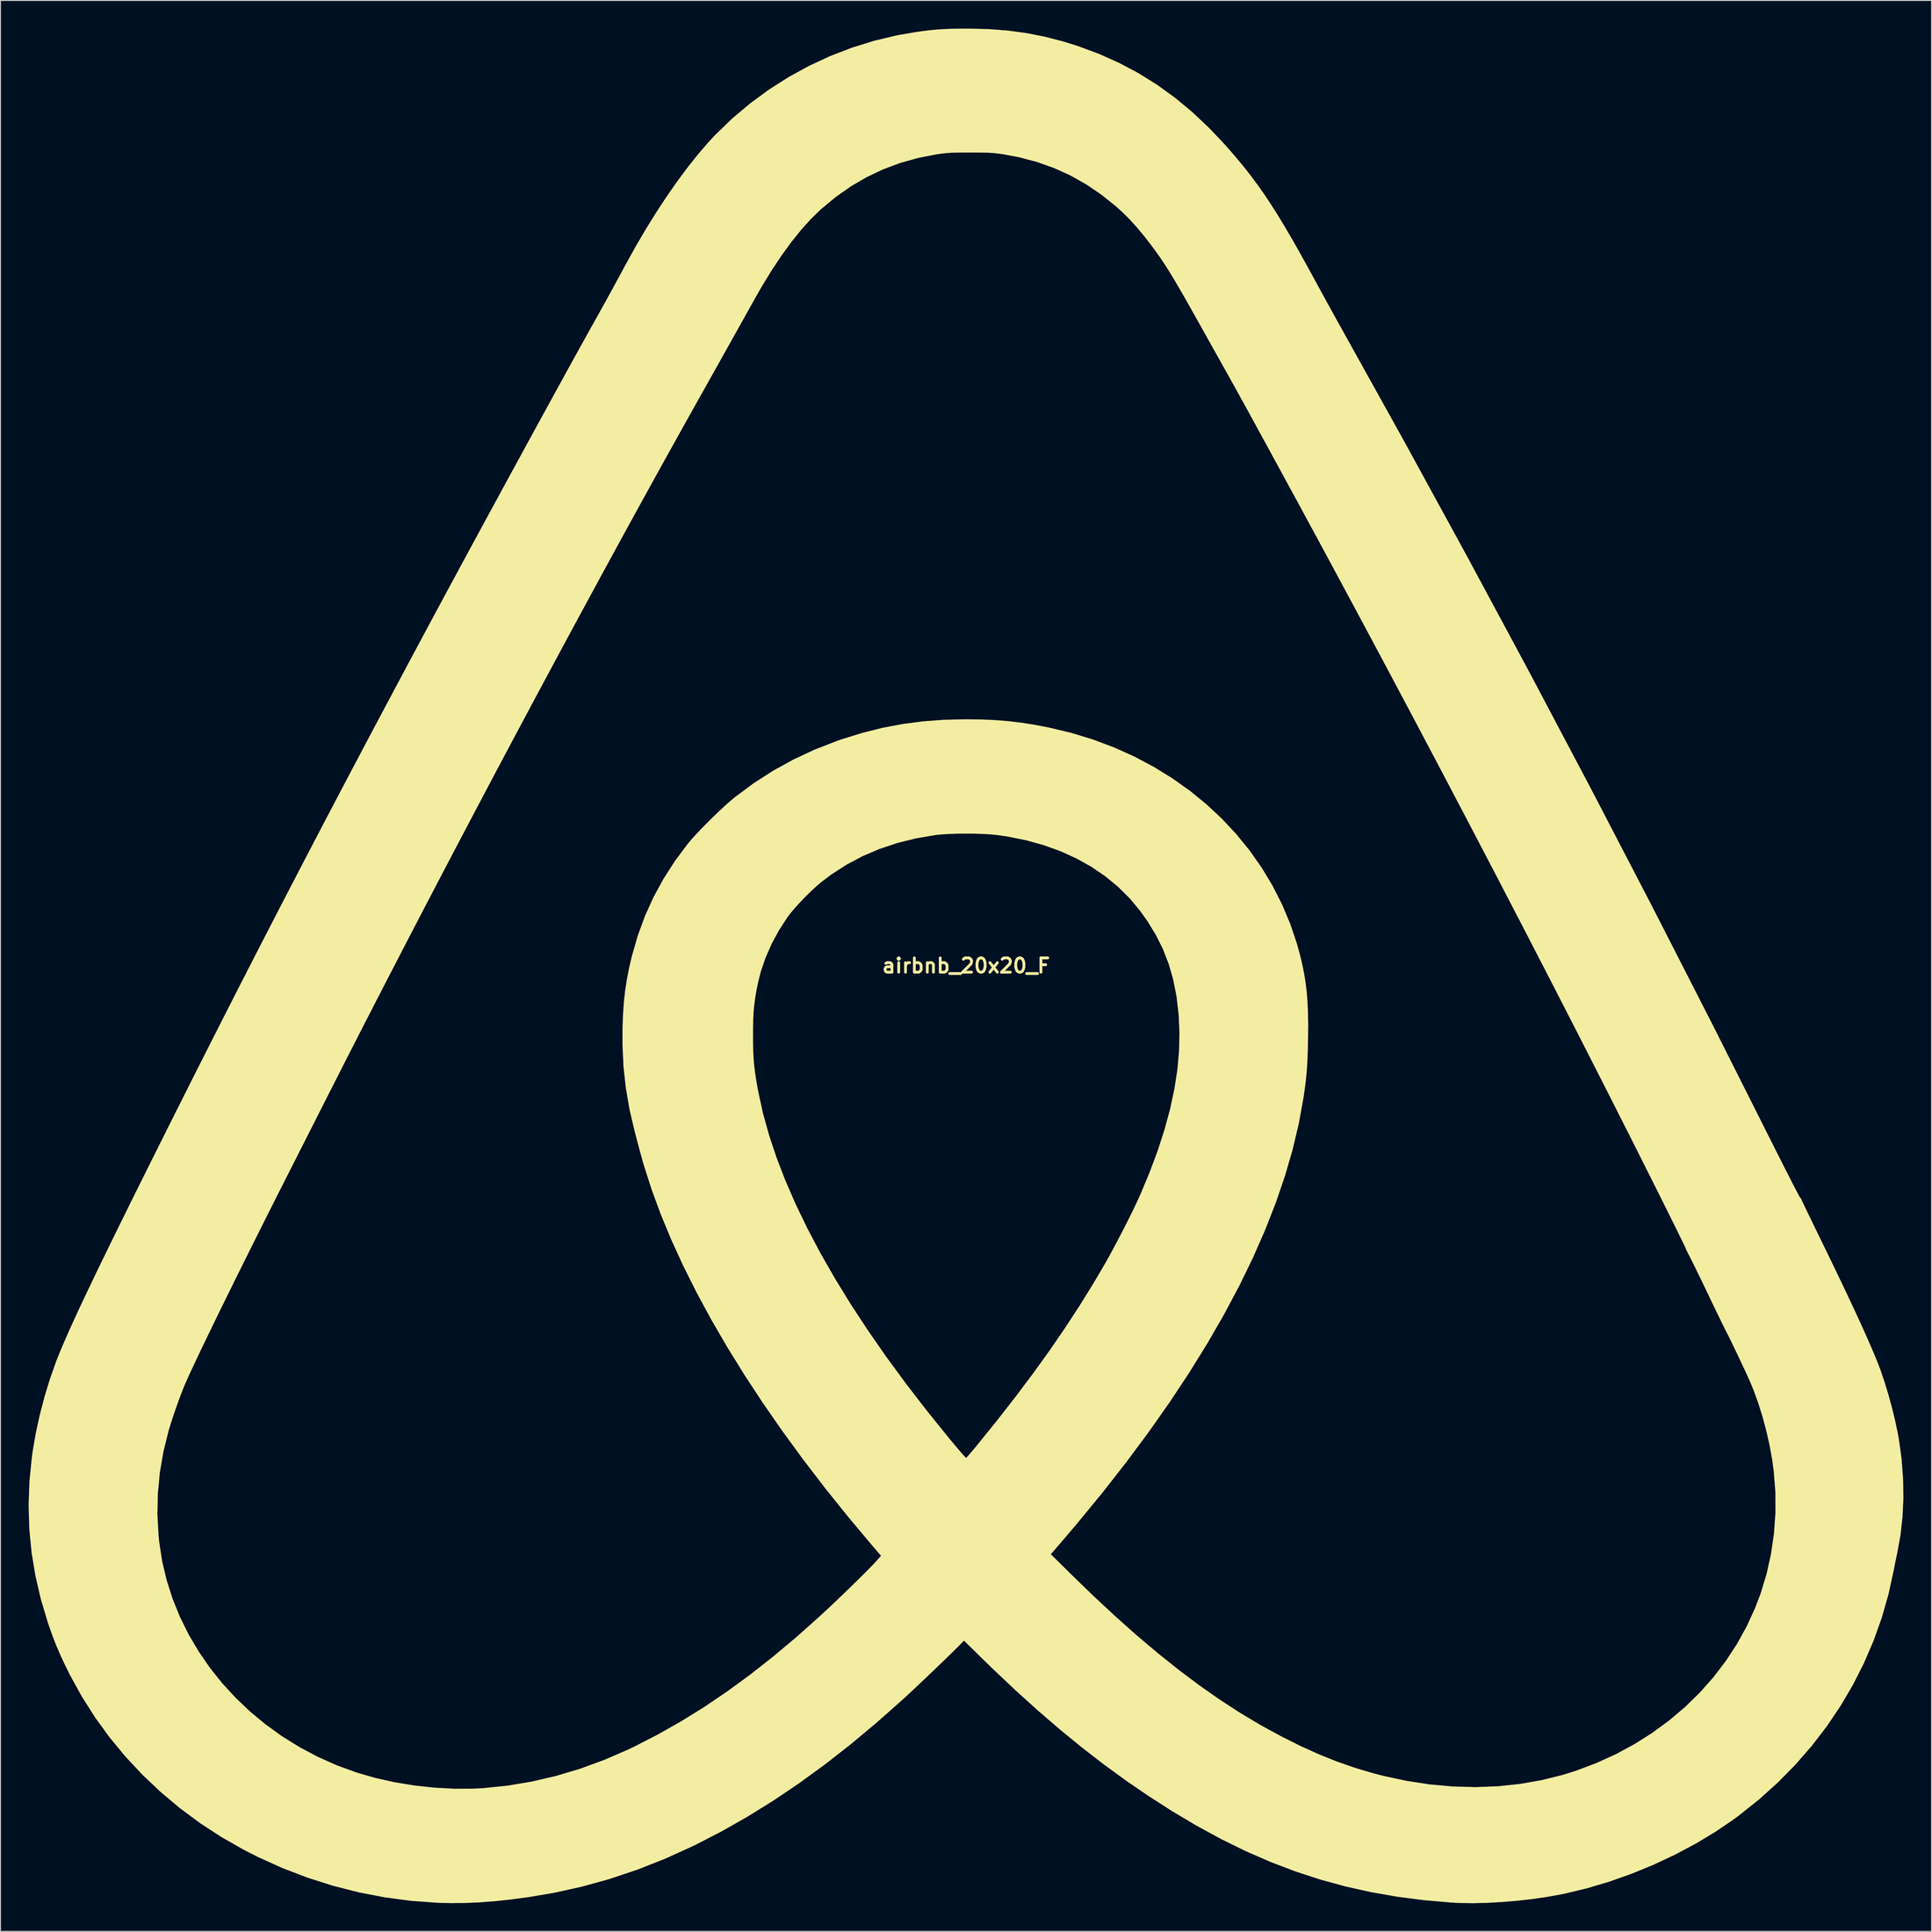
<source format=kicad_pcb>
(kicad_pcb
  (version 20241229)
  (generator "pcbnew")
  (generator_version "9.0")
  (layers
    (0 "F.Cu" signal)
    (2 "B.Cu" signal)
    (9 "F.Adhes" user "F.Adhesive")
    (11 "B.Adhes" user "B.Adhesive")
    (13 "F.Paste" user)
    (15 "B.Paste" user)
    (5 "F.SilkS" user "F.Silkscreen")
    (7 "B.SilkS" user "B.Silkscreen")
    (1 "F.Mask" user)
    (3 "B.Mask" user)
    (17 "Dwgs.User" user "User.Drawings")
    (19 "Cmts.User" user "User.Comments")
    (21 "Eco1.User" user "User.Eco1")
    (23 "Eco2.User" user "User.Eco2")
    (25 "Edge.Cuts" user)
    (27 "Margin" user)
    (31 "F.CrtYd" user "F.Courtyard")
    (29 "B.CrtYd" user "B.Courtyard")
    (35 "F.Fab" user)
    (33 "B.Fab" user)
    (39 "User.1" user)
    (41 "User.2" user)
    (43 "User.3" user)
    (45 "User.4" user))
  (footprint "airbnb_20x20_F"
    (layer "F.Cu")
    (at 99.981 99.943)
    (property "Reference" "airbnb_20x20_F" (at 0 0 0) (layer "F.SilkS") (effects (font (size 1.524 1.524) (thickness 0.3))))
    (attr through_hole)
    (fp_poly (pts (xy 0.212 -99.938) (xy 2.376 -99.887) (xy 4.438 -99.729) (xy 6.431 -99.461) (xy 8.389 -99.076) (xy 10.345 -98.57) (xy 11.905 -98.082) (xy 14.153 -97.25) (xy 16.303 -96.289) (xy 18.365 -95.196) (xy 20.345 -93.964) (xy 22.251 -92.588) (xy 24.092 -91.063) (xy 25.876 -89.384) (xy 27.297 -87.893) (xy 28.131 -86.961) (xy 28.916 -86.049) (xy 29.662 -85.143) (xy 30.38 -84.227) (xy 31.079 -83.286) (xy 31.769 -82.305) (xy 32.461 -81.27) (xy 33.165 -80.165) (xy 33.891 -78.976) (xy 34.649 -77.686) (xy 35.449 -76.282) (xy 36.301 -74.749) (xy 36.896 -73.66) (xy 37.319 -72.884) (xy 37.756 -72.083) (xy 38.193 -71.285) (xy 38.615 -70.517) (xy 39.006 -69.807) (xy 39.351 -69.182) (xy 39.636 -68.67) (xy 39.71 -68.538) (xy 46.602 -56.14) (xy 53.382 -43.742) (xy 60.065 -31.314) (xy 66.665 -18.828) (xy 73.2 -6.254) (xy 79.682 6.435) (xy 84.69 16.387) (xy 85.243 17.491) (xy 85.777 18.555) (xy 86.286 19.566) (xy 86.766 20.517) (xy 87.211 21.395) (xy 87.616 22.193) (xy 87.977 22.899) (xy 88.287 23.504) (xy 88.543 23.998) (xy 88.74 24.371) (xy 88.871 24.613) (xy 88.932 24.714) (xy 88.934 24.715) (xy 89.045 24.837) (xy 89.069 24.897) (xy 89.106 24.984) (xy 89.21 25.209) (xy 89.375 25.558) (xy 89.594 26.016) (xy 89.861 26.571) (xy 90.169 27.208) (xy 90.511 27.912) (xy 90.88 28.67) (xy 91.111 29.141) (xy 92.112 31.199) (xy 93.033 33.109) (xy 93.874 34.872) (xy 94.634 36.489) (xy 95.314 37.961) (xy 95.915 39.288) (xy 96.437 40.472) (xy 96.881 41.512) (xy 97.246 42.41) (xy 97.533 43.167) (xy 97.545 43.201) (xy 97.959 44.426) (xy 98.36 45.745) (xy 98.733 47.106) (xy 99.063 48.457) (xy 99.338 49.744) (xy 99.478 50.505) (xy 99.765 52.592) (xy 99.925 54.683) (xy 99.959 56.757) (xy 99.865 58.787) (xy 99.646 60.752) (xy 99.304 62.611) (xy 99.219 63.007) (xy 99.117 63.503) (xy 99.013 64.032) (xy 98.929 64.474) (xy 98.368 67.036) (xy 97.648 69.546) (xy 96.772 71.999) (xy 95.744 74.389) (xy 94.566 76.711) (xy 93.244 78.959) (xy 91.779 81.128) (xy 90.175 83.214) (xy 88.437 85.209) (xy 86.566 87.11) (xy 84.568 88.91) (xy 82.444 90.604) (xy 81.855 91.04) (xy 79.895 92.374) (xy 77.803 93.632) (xy 75.605 94.8) (xy 73.325 95.87) (xy 70.987 96.831) (xy 68.616 97.672) (xy 66.236 98.382) (xy 63.872 98.95) (xy 63.373 99.052) (xy 61.895 99.315) (xy 60.343 99.538) (xy 58.751 99.718) (xy 57.154 99.852) (xy 55.588 99.939) (xy 54.087 99.975) (xy 52.686 99.957) (xy 51.816 99.914) (xy 48.865 99.658) (xy 45.999 99.288) (xy 43.205 98.801) (xy 40.469 98.191) (xy 37.781 97.456) (xy 35.128 96.589) (xy 32.496 95.587) (xy 29.874 94.446) (xy 27.25 93.16) (xy 24.61 91.727) (xy 21.943 90.14) (xy 19.358 88.478) (xy 17.009 86.865) (xy 14.677 85.164) (xy 12.35 83.364) (xy 10.016 81.456) (xy 7.661 79.428) (xy 5.273 77.269) (xy 2.839 74.971) (xy 1.519 73.685) (xy -0.222 71.971) (xy -0.725 72.486) (xy -1.031 72.794) (xy -1.442 73.199) (xy -1.937 73.681) (xy -2.497 74.223) (xy -3.103 74.806) (xy -3.734 75.41) (xy -4.371 76.016) (xy -4.995 76.607) (xy -5.585 77.164) (xy -6.123 77.667) (xy -6.588 78.097) (xy -6.794 78.286) (xy -9.576 80.749) (xy -12.335 83.051) (xy -15.079 85.195) (xy -17.814 87.187) (xy -20.547 89.03) (xy -23.286 90.731) (xy -26.036 92.294) (xy -28.804 93.724) (xy -29.168 93.901) (xy -32.091 95.229) (xy -35.031 96.389) (xy -37.989 97.383) (xy -40.97 98.211) (xy -43.978 98.876) (xy -46.546 99.31) (xy -48.434 99.565) (xy -50.194 99.756) (xy -51.854 99.886) (xy -53.44 99.956) (xy -54.981 99.969) (xy -56.346 99.933) (xy -59.177 99.727) (xy -61.988 99.355) (xy -64.772 98.817) (xy -67.524 98.116) (xy -70.236 97.253) (xy -72.903 96.23) (xy -75.517 95.049) (xy -77.06 94.263) (xy -79.419 92.919) (xy -81.681 91.444) (xy -83.839 89.844) (xy -85.888 88.126) (xy -87.822 86.295) (xy -89.635 84.357) (xy -91.32 82.319) (xy -92.873 80.185) (xy -94.286 77.963) (xy -95.555 75.659) (xy -95.581 75.607) (xy -96.133 74.493) (xy -96.609 73.467) (xy -97.032 72.48) (xy -97.422 71.479) (xy -97.8 70.416) (xy -97.92 70.062) (xy -98.667 67.572) (xy -99.246 65.082) (xy -99.657 62.585) (xy -99.9 60.076) (xy -99.947 58.524) (xy -86.247 58.524) (xy -86.125 60.786) (xy -86.055 61.468) (xy -85.737 63.527) (xy -85.259 65.548) (xy -84.626 67.525) (xy -83.844 69.451) (xy -82.92 71.319) (xy -81.859 73.121) (xy -80.667 74.852) (xy -79.35 76.504) (xy -77.914 78.069) (xy -76.365 79.542) (xy -74.709 80.915) (xy -72.952 82.182) (xy -71.1 83.334) (xy -69.158 84.366) (xy -67.134 85.27) (xy -65.032 86.04) (xy -64.982 86.056) (xy -63.029 86.62) (xy -60.978 87.079) (xy -58.865 87.427) (xy -56.726 87.661) (xy -54.599 87.776) (xy -52.521 87.766) (xy -51.477 87.712) (xy -48.89 87.446) (xy -46.305 87.013) (xy -43.729 86.412) (xy -41.166 85.646) (xy -38.62 84.716) (xy -36.097 83.623) (xy -35.385 83.283) (xy -32.887 82.002) (xy -30.415 80.603) (xy -27.96 79.081) (xy -25.512 77.428) (xy -23.062 75.638) (xy -20.6 73.705) (xy -18.116 71.621) (xy -15.602 69.38) (xy -15.448 69.238) (xy -14.868 68.701) (xy -14.245 68.115) (xy -13.596 67.498) (xy -12.937 66.866) (xy -12.288 66.237) (xy -11.664 65.627) (xy -11.085 65.054) (xy -10.566 64.535) (xy -10.126 64.087) (xy -9.781 63.727) (xy -9.627 63.558) (xy -9.065 62.93) (xy -9.964 61.882) (xy -12.548 58.803) (xy -15.013 55.733) (xy -17.357 52.677) (xy -19.577 49.639) (xy -21.671 46.622) (xy -23.635 43.633) (xy -25.467 40.674) (xy -27.165 37.752) (xy -28.726 34.869) (xy -30.147 32.031) (xy -31.426 29.242) (xy -32.559 26.507) (xy -33.545 23.829) (xy -34.381 21.215) (xy -34.784 19.77) (xy -34.906 19.309) (xy -35.053 18.756) (xy -35.204 18.183) (xy -35.333 17.695) (xy -35.879 15.377) (xy -36.275 13.088) (xy -36.528 10.793) (xy -36.64 8.455) (xy -36.638 7.366) (xy -22.73 7.366) (xy -22.724 8.33) (xy -22.703 9.169) (xy -22.663 9.93) (xy -22.6 10.658) (xy -22.51 11.396) (xy -22.389 12.192) (xy -22.232 13.089) (xy -22.173 13.408) (xy -21.678 15.684) (xy -21.03 18.026) (xy -20.23 20.432) (xy -19.28 22.9) (xy -18.181 25.426) (xy -16.935 28.009) (xy -15.542 30.645) (xy -14.005 33.332) (xy -12.325 36.067) (xy -10.504 38.848) (xy -8.542 41.672) (xy -6.441 44.536) (xy -4.203 47.439) (xy -1.83 50.377) (xy -1.461 50.821) (xy -1.083 51.273) (xy -0.738 51.679) (xy -0.443 52.021) (xy -0.212 52.282) (xy -0.06 52.445) (xy -0.003 52.493) (xy 0.068 52.431) (xy 0.229 52.256) (xy 0.463 51.989) (xy 0.752 51.649) (xy 1.08 51.256) (xy 1.159 51.16) (xy 3.284 48.53) (xy 5.275 45.979) (xy 7.143 43.492) (xy 8.895 41.056) (xy 10.542 38.658) (xy 12.093 36.286) (xy 13.557 33.924) (xy 14.835 31.752) (xy 15.227 31.053) (xy 15.661 30.258) (xy 16.119 29.396) (xy 16.587 28.499) (xy 17.05 27.595) (xy 17.492 26.714) (xy 17.899 25.886) (xy 18.254 25.141) (xy 18.543 24.509) (xy 18.58 24.426) (xy 19.586 22.015) (xy 20.451 19.691) (xy 21.177 17.445) (xy 21.765 15.273) (xy 22.217 13.166) (xy 22.532 11.119) (xy 22.714 9.125) (xy 22.762 7.177) (xy 22.678 5.269) (xy 22.463 3.394) (xy 22.429 3.175) (xy 22.088 1.456) (xy 21.621 -0.17) (xy 21.019 -1.726) (xy 20.273 -3.233) (xy 19.374 -4.711) (xy 18.559 -5.86) (xy 17.448 -7.197) (xy 16.208 -8.426) (xy 14.847 -9.545) (xy 13.368 -10.551) (xy 11.778 -11.441) (xy 10.081 -12.213) (xy 8.284 -12.862) (xy 6.391 -13.387) (xy 4.409 -13.784) (xy 3.344 -13.939) (xy 2.675 -14.006) (xy 1.884 -14.054) (xy 1.012 -14.084) (xy 0.098 -14.095) (xy -0.816 -14.088) (xy -1.691 -14.062) (xy -2.485 -14.017) (xy -3.158 -13.954) (xy -3.26 -13.941) (xy -5.34 -13.588) (xy -7.334 -13.093) (xy -9.24 -12.457) (xy -11.055 -11.681) (xy -12.775 -10.767) (xy -14.4 -9.714) (xy -15.452 -8.917) (xy -15.961 -8.483) (xy -16.52 -7.966) (xy -17.1 -7.397) (xy -17.67 -6.807) (xy -18.2 -6.227) (xy -18.661 -5.689) (xy -19.023 -5.222) (xy -19.05 -5.184) (xy -19.958 -3.782) (xy -20.744 -2.327) (xy -21.395 -0.844) (xy -21.901 0.641) (xy -22.171 1.708) (xy -22.346 2.567) (xy -22.483 3.345) (xy -22.585 4.086) (xy -22.656 4.831) (xy -22.701 5.623) (xy -22.724 6.505) (xy -22.73 7.366) (xy -36.638 7.366) (xy -36.636 6.705) (xy -36.586 5.261) (xy -36.496 3.939) (xy -36.361 2.692) (xy -36.176 1.475) (xy -35.935 0.244) (xy -35.639 -1.018) (xy -35.01 -3.203) (xy -34.242 -5.3) (xy -33.328 -7.32) (xy -32.264 -9.272) (xy -31.045 -11.168) (xy -29.685 -12.991) (xy -29.301 -13.448) (xy -28.813 -13.988) (xy -28.246 -14.587) (xy -27.628 -15.218) (xy -26.983 -15.856) (xy -26.337 -16.476) (xy -25.716 -17.053) (xy -25.146 -17.56) (xy -24.652 -17.973) (xy -24.638 -17.984) (xy -22.645 -19.464) (xy -20.563 -20.801) (xy -18.389 -21.998) (xy -16.12 -23.056) (xy -13.753 -23.976) (xy -13.17 -24.177) (xy -11.025 -24.838) (xy -8.906 -25.368) (xy -6.781 -25.772) (xy -4.618 -26.055) (xy -2.388 -26.223) (xy -0.057 -26.279) (xy 0.042 -26.279) (xy 1.623 -26.258) (xy 3.088 -26.194) (xy 4.486 -26.082) (xy 5.867 -25.918) (xy 7.279 -25.695) (xy 8.772 -25.411) (xy 8.848 -25.395) (xy 11.242 -24.823) (xy 13.563 -24.112) (xy 15.804 -23.268) (xy 17.96 -22.295) (xy 20.026 -21.199) (xy 21.996 -19.983) (xy 23.866 -18.654) (xy 25.629 -17.215) (xy 27.281 -15.672) (xy 28.817 -14.03) (xy 30.23 -12.292) (xy 31.516 -10.465) (xy 32.668 -8.553) (xy 33.683 -6.561) (xy 34.555 -4.493) (xy 35.277 -2.355) (xy 35.633 -1.058) (xy 35.867 -0.063) (xy 36.059 0.897) (xy 36.211 1.851) (xy 36.326 2.826) (xy 36.407 3.851) (xy 36.456 4.953) (xy 36.477 6.162) (xy 36.47 7.504) (xy 36.466 7.789) (xy 36.444 8.865) (xy 36.412 9.81) (xy 36.368 10.663) (xy 36.307 11.462) (xy 36.229 12.247) (xy 36.128 13.054) (xy 36.004 13.924) (xy 35.977 14.097) (xy 35.481 16.823) (xy 34.823 19.597) (xy 34.004 22.418) (xy 33.025 25.283) (xy 31.885 28.194) (xy 30.586 31.147) (xy 29.129 34.143) (xy 27.513 37.18) (xy 25.74 40.257) (xy 23.81 43.373) (xy 21.723 46.528) (xy 19.48 49.719) (xy 17.082 52.946) (xy 14.53 56.208) (xy 11.823 59.504) (xy 10.38 61.201) (xy 9.034 62.766) (xy 11.185 64.892) (xy 13.593 67.228) (xy 15.941 69.412) (xy 18.235 71.45) (xy 20.48 73.346) (xy 22.681 75.104) (xy 24.846 76.729) (xy 26.979 78.226) (xy 29.087 79.599) (xy 31.175 80.853) (xy 31.581 81.085) (xy 33.664 82.219) (xy 35.672 83.223) (xy 37.628 84.107) (xy 39.551 84.878) (xy 41.465 85.545) (xy 43.39 86.118) (xy 44.467 86.398) (xy 46.964 86.936) (xy 49.446 87.316) (xy 51.906 87.539) (xy 54.337 87.605) (xy 56.734 87.513) (xy 59.089 87.264) (xy 61.397 86.858) (xy 63.65 86.296) (xy 65.024 85.866) (xy 67.199 85.048) (xy 69.289 84.097) (xy 71.287 83.018) (xy 73.187 81.816) (xy 74.983 80.498) (xy 76.67 79.069) (xy 78.242 77.535) (xy 79.692 75.902) (xy 81.014 74.175) (xy 82.203 72.36) (xy 83.253 70.463) (xy 84.158 68.489) (xy 84.749 66.929) (xy 85.38 64.846) (xy 85.852 62.711) (xy 86.166 60.539) (xy 86.32 58.342) (xy 86.313 56.133) (xy 86.143 53.926) (xy 85.976 52.696) (xy 85.702 51.176) (xy 85.355 49.633) (xy 84.946 48.106) (xy 84.486 46.636) (xy 83.988 45.261) (xy 83.542 44.196) (xy 83.321 43.71) (xy 83.061 43.148) (xy 82.776 42.536) (xy 82.477 41.903) (xy 82.178 41.273) (xy 81.892 40.675) (xy 81.631 40.135) (xy 81.408 39.68) (xy 81.236 39.336) (xy 81.165 39.201) (xy 81.045 38.968) (xy 80.863 38.603) (xy 80.628 38.126) (xy 80.351 37.557) (xy 80.04 36.917) (xy 79.707 36.226) (xy 79.361 35.505) (xy 79.206 35.179) (xy 78.854 34.443) (xy 78.507 33.723) (xy 78.175 33.038) (xy 77.87 32.412) (xy 77.602 31.865) (xy 77.38 31.419) (xy 77.217 31.096) (xy 77.169 31.004) (xy 76.987 30.654) (xy 76.839 30.356) (xy 76.741 30.143) (xy 76.708 30.05) (xy 76.671 29.964) (xy 76.564 29.737) (xy 76.391 29.382) (xy 76.16 28.908) (xy 75.875 28.329) (xy 75.541 27.654) (xy 75.165 26.895) (xy 74.752 26.064) (xy 74.308 25.171) (xy 73.837 24.228) (xy 73.523 23.599) (xy 70.876 18.327) (xy 68.146 12.931) (xy 65.343 7.428) (xy 62.474 1.834) (xy 59.549 -3.832) (xy 56.578 -9.554) (xy 53.568 -15.313) (xy 50.531 -21.093) (xy 47.473 -26.877) (xy 44.406 -32.646) (xy 41.336 -38.384) (xy 38.275 -44.073) (xy 35.23 -49.696) (xy 32.553 -54.61) (xy 32.239 -55.185) (xy 31.867 -55.867) (xy 31.459 -56.613) (xy 31.04 -57.381) (xy 30.631 -58.13) (xy 30.288 -58.759) (xy 29.891 -59.484) (xy 29.438 -60.306) (xy 28.957 -61.176) (xy 28.476 -62.044) (xy 28.022 -62.86) (xy 27.688 -63.458) (xy 27.297 -64.156) (xy 26.848 -64.958) (xy 26.365 -65.82) (xy 25.875 -66.697) (xy 25.401 -67.544) (xy 24.969 -68.318) (xy 24.893 -68.453) (xy 24.233 -69.631) (xy 23.645 -70.675) (xy 23.119 -71.597) (xy 22.646 -72.414) (xy 22.219 -73.137) (xy 21.829 -73.783) (xy 21.466 -74.366) (xy 21.123 -74.898) (xy 20.79 -75.396) (xy 20.459 -75.872) (xy 20.12 -76.342) (xy 19.881 -76.666) (xy 19.033 -77.769) (xy 18.228 -78.74) (xy 17.443 -79.604) (xy 16.657 -80.386) (xy 16.002 -80.977) (xy 14.429 -82.238) (xy 12.808 -83.338) (xy 11.131 -84.283) (xy 9.387 -85.075) (xy 7.568 -85.721) (xy 5.665 -86.224) (xy 3.97 -86.542) (xy 3.563 -86.602) (xy 3.186 -86.648) (xy 2.805 -86.682) (xy 2.39 -86.706) (xy 1.908 -86.721) (xy 1.328 -86.729) (xy 0.619 -86.732) (xy 0.423 -86.732) (xy -0.322 -86.73) (xy -0.931 -86.723) (xy -1.433 -86.71) (xy -1.862 -86.689) (xy -2.248 -86.657) (xy -2.623 -86.614) (xy -3.02 -86.558) (xy -3.124 -86.542) (xy -5.116 -86.154) (xy -7.023 -85.62) (xy -8.85 -84.938) (xy -10.604 -84.106) (xy -12.29 -83.121) (xy -13.913 -81.979) (xy -15.48 -80.679) (xy -15.545 -80.62) (xy -16.559 -79.632) (xy -17.591 -78.485) (xy -18.635 -77.187) (xy -19.685 -75.744) (xy -20.735 -74.165) (xy -21.78 -72.458) (xy -22.512 -71.181) (xy -22.698 -70.846) (xy -22.951 -70.393) (xy -23.26 -69.84) (xy -23.615 -69.204) (xy -24.007 -68.503) (xy -24.425 -67.754) (xy -24.861 -66.975) (xy -25.303 -66.184) (xy -25.742 -65.398) (xy -26.169 -64.636) (xy -26.573 -63.913) (xy -26.945 -63.249) (xy -27.274 -62.661) (xy -27.551 -62.166) (xy -27.767 -61.782) (xy -27.91 -61.526) (xy -27.919 -61.51) (xy -29.977 -57.839) (xy -32.097 -54.028) (xy -34.272 -50.091) (xy -36.494 -46.043) (xy -38.756 -41.897) (xy -41.05 -37.669) (xy -43.369 -33.371) (xy -45.705 -29.02) (xy -48.051 -24.627) (xy -50.398 -20.209) (xy -52.739 -15.779) (xy -55.068 -11.352) (xy -57.375 -6.94) (xy -59.654 -2.56) (xy -61.897 1.775) (xy -64.096 6.051) (xy -66.244 10.253) (xy -68.282 14.266) (xy -68.729 15.149) (xy -69.21 16.1) (xy -69.709 17.085) (xy -70.208 18.07) (xy -70.691 19.022) (xy -71.14 19.908) (xy -71.538 20.693) (xy -71.714 21.04) (xy -72.701 22.987) (xy -73.671 24.909) (xy -74.62 26.796) (xy -75.544 28.64) (xy -76.44 30.434) (xy -77.302 32.168) (xy -78.128 33.835) (xy -78.912 35.426) (xy -79.652 36.934) (xy -80.342 38.349) (xy -80.979 39.664) (xy -81.559 40.87) (xy -82.077 41.959) (xy -82.53 42.923) (xy -82.913 43.753) (xy -83.223 44.442) (xy -83.237 44.474) (xy -83.467 45.023) (xy -83.729 45.694) (xy -84.009 46.447) (xy -84.292 47.24) (xy -84.564 48.033) (xy -84.809 48.785) (xy -85.015 49.455) (xy -85.048 49.569) (xy -85.601 51.797) (xy -85.986 54.031) (xy -86.201 56.273) (xy -86.247 58.524) (xy -99.947 58.524) (xy -99.976 57.549) (xy -99.886 54.999) (xy -99.629 52.421) (xy -99.527 51.689) (xy -99.201 49.806) (xy -98.775 47.864) (xy -98.264 45.917) (xy -97.682 44.016) (xy -97.043 42.213) (xy -96.86 41.743) (xy -96.603 41.111) (xy -96.312 40.42) (xy -95.985 39.664) (xy -95.618 38.837) (xy -95.209 37.935) (xy -94.757 36.952) (xy -94.257 35.883) (xy -93.708 34.722) (xy -93.106 33.464) (xy -92.45 32.103) (xy -91.737 30.635) (xy -90.964 29.053) (xy -90.128 27.353) (xy -89.227 25.529) (xy -88.259 23.575) (xy -87.221 21.487) (xy -86.109 19.258) (xy -85.032 17.103) (xy -82.676 12.408) (xy -80.324 7.753) (xy -77.969 3.12) (xy -75.601 -1.506) (xy -73.21 -6.144) (xy -70.79 -10.809) (xy -68.33 -15.519) (xy -65.823 -20.29) (xy -63.258 -25.14) (xy -60.628 -30.085) (xy -57.924 -35.143) (xy -55.587 -39.493) (xy -54.87 -40.823) (xy -54.113 -42.225) (xy -53.322 -43.688) (xy -52.503 -45.201) (xy -51.66 -46.754) (xy -50.802 -48.335) (xy -49.932 -49.935) (xy -49.058 -51.542) (xy -48.184 -53.145) (xy -47.318 -54.734) (xy -46.464 -56.298) (xy -45.629 -57.827) (xy -44.818 -59.308) (xy -44.038 -60.732) (xy -43.294 -62.088) (xy -42.593 -63.365) (xy -41.939 -64.552) (xy -41.339 -65.639) (xy -40.799 -66.614) (xy -40.325 -67.468) (xy -39.923 -68.188) (xy -39.75 -68.495) (xy -39.066 -69.718) (xy -38.327 -71.053) (xy -37.555 -72.462) (xy -36.771 -73.904) (xy -36.24 -74.888) (xy -35.205 -76.757) (xy -34.131 -78.584) (xy -33.031 -80.353) (xy -31.916 -82.048) (xy -30.795 -83.654) (xy -29.68 -85.156) (xy -28.581 -86.538) (xy -27.51 -87.784) (xy -26.716 -88.635) (xy -24.919 -90.367) (xy -23.017 -91.968) (xy -21.019 -93.436) (xy -18.932 -94.766) (xy -16.764 -95.954) (xy -14.524 -96.996) (xy -12.218 -97.888) (xy -9.857 -98.625) (xy -7.446 -99.205) (xy -5.376 -99.567) (xy -4.552 -99.682) (xy -3.808 -99.772) (xy -3.101 -99.839) (xy -2.392 -99.886) (xy -1.639 -99.917) (xy -0.801 -99.933) (xy 0.164 -99.938) (xy 0.212 -99.938)) (stroke (width 0.01) (type solid)) (fill yes) (layer "F.SilkS")))
  (gr_rect
    (start -3 -3)
    (end 202.945 202.923)
    (stroke (width 0.1) (type default))
    (fill no)
    (layer "Edge.Cuts")))
</source>
